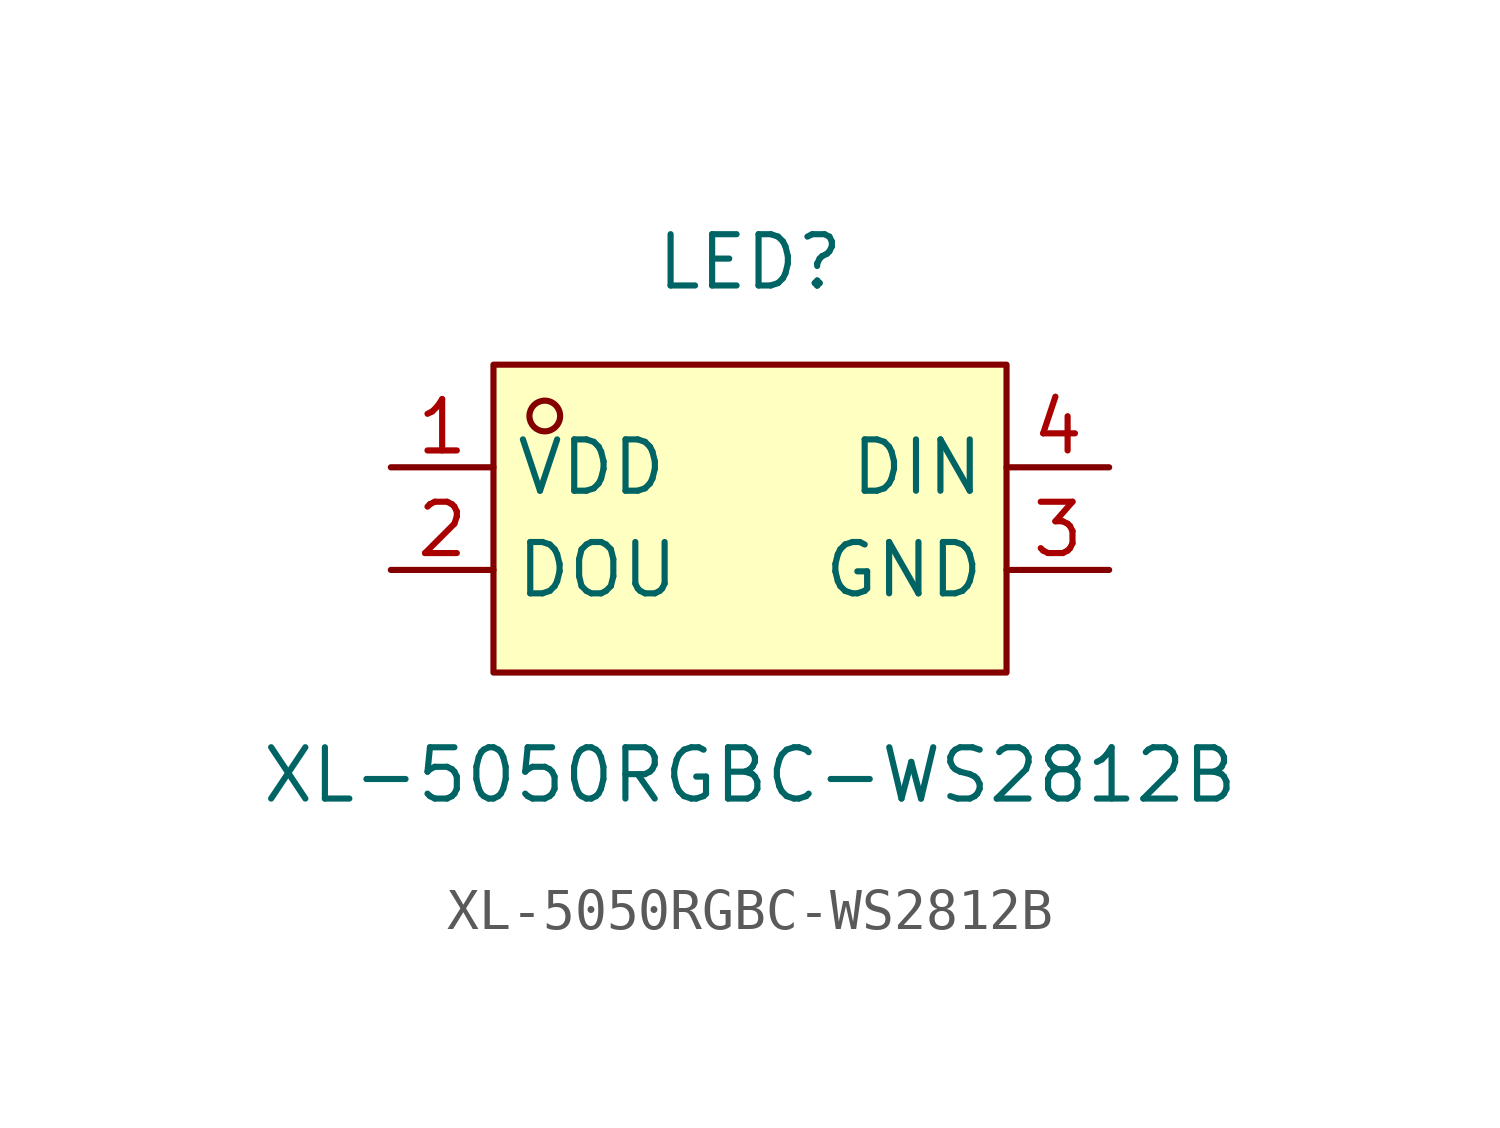
<source format=kicad_sym>
(kicad_symbol_lib
  (version 20231120)
  (generator "kicad_symbol_editor")
  (generator_version "8.0")
  (symbol "XL-5050RGBC-WS2812B"
    (property "Reference" "LED"
      (at 0 6.35 0)
      (effects (font (size 1.27 1.27))))
    (property "Value" "XL-5050RGBC-WS2812B"
      (at 0 -6.35 0)
      (effects (font (size 1.27 1.27))))
    (symbol "XL-5050RGBC-WS2812B_0_1"
      (rectangle (start -6.35 3.81) (end 6.35 -3.81) (stroke (width 0) (type default)) (fill (type background)))
      (circle (center -5.08 2.54) (radius 0.38) (stroke (width 0) (type default)) (fill (type none))))
    (symbol "XL-5050RGBC-WS2812B_1_1"
      (pin power_in line (at -8.89 1.27 0) (length 2.54) (name "VDD" (effects (font (size 1.27 1.27)))) (number "1" (effects (font (size 1.27 1.27)))))
      (pin output line (at -8.89 -1.27 0) (length 2.54) (name "DOU" (effects (font (size 1.27 1.27)))) (number "2" (effects (font (size 1.27 1.27)))))
      (pin power_in line (at 8.89 -1.27 180) (length 2.54) (name "GND" (effects (font (size 1.27 1.27)))) (number "3" (effects (font (size 1.27 1.27)))))
      (pin input line (at 8.89 1.27 180) (length 2.54) (name "DIN" (effects (font (size 1.27 1.27)))) (number "4" (effects (font (size 1.27 1.27))))))))
</source>
